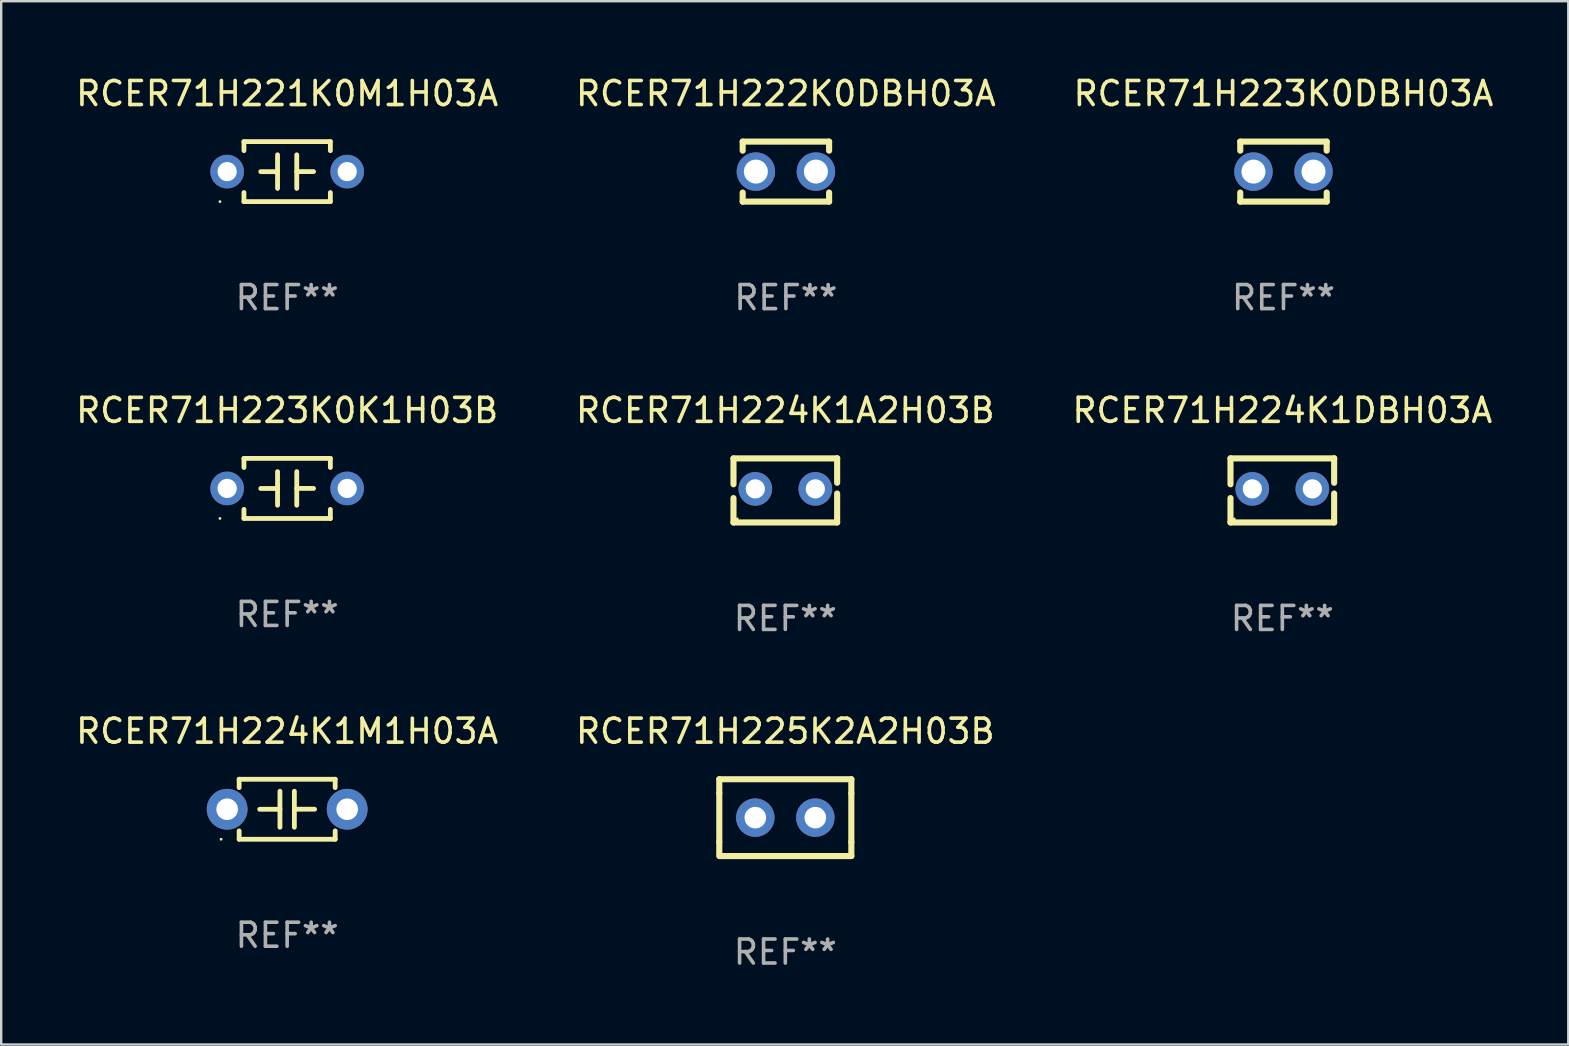
<source format=kicad_pcb>
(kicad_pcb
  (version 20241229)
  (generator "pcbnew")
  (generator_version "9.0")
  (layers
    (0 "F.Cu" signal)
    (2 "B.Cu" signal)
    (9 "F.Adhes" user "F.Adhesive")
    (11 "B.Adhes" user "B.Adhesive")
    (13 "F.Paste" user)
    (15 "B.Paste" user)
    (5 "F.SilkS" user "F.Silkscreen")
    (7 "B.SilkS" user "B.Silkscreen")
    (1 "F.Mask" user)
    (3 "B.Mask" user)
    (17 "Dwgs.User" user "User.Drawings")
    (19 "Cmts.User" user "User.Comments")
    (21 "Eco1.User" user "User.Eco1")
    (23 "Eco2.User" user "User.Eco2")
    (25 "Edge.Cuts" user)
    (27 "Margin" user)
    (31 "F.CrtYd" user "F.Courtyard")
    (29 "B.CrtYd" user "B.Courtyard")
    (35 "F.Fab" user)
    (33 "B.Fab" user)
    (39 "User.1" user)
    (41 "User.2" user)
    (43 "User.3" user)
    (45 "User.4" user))
  (footprint "RCER71H225K2A2H03B"
    (layer "F.Cu")
    (at 29.661 31.008)
    (property "Reference" "RCER71H225K2A2H03B" (at 0 -3.6 0) (layer "F.SilkS") (effects (font (size 1 1) (thickness 0.15))))
    (attr through_hole)
    (fp_line (start -2.75 -1.6) (end -2.75 -1.01) (stroke (width 0.254) (type solid)) (layer "F.SilkS"))
    (fp_line (start -2.75 -1.6) (end 2.75 -1.6) (stroke (width 0.254) (type solid)) (layer "F.SilkS"))
    (fp_line (start -2.75 -1.01) (end -2.75 1.01) (stroke (width 0.254) (type solid)) (layer "F.SilkS"))
    (fp_line (start -2.75 1.01) (end -2.75 1.524) (stroke (width 0.254) (type solid)) (layer "F.SilkS"))
    (fp_line (start -2.75 1.6) (end 2.75 1.6) (stroke (width 0.254) (type solid)) (layer "F.SilkS"))
    (fp_line (start 2.75 -1.6) (end 2.75 -1.01) (stroke (width 0.254) (type solid)) (layer "F.SilkS"))
    (fp_line (start 2.75 -1.01) (end 2.75 1.01) (stroke (width 0.254) (type solid)) (layer "F.SilkS"))
    (fp_line (start 2.75 1.01) (end 2.75 1.6) (stroke (width 0.254) (type solid)) (layer "F.SilkS"))
    (fp_circle (center -2.75 1.6) (end -2.72 1.6) (stroke (width 0.06) (type solid)) (fill no) (layer "F.SilkS"))
    (fp_text user "REF**" (at 0 5.6 0) (layer "F.Fab") (effects (font (size 1 1) (thickness 0.15))))
    (pad "1" thru_hole circle (at -1.25 0) (size 1.6 1.6) (drill 0.9) (layers "*.Cu" "*.Mask"))
    (pad "2" thru_hole circle (at 1.25 0) (size 1.6 1.6) (drill 0.9) (layers "*.Cu" "*.Mask")))
  (footprint "RCER71H223K0K1H03B"
    (layer "F.Cu")
    (at 8.911 17.295)
    (property "Reference" "RCER71H223K0K1H03B" (at 0 -3.25 0) (layer "F.SilkS") (effects (font (size 1 1) (thickness 0.15))))
    (attr through_hole)
    (fp_line (start -1.8 -1.25) (end -1.8 -0.872) (stroke (width 0.2) (type solid)) (layer "F.SilkS"))
    (fp_line (start -1.8 -1.25) (end 1.8 -1.25) (stroke (width 0.2) (type solid)) (layer "F.SilkS"))
    (fp_line (start -1.8 0.872) (end -1.8 1.25) (stroke (width 0.2) (type solid)) (layer "F.SilkS"))
    (fp_line (start -1.8 1.25) (end 1.8 1.25) (stroke (width 0.2) (type solid)) (layer "F.SilkS"))
    (fp_line (start -0.4 -0.7) (end -0.4 0.7) (stroke (width 0.2) (type solid)) (layer "F.SilkS"))
    (fp_line (start -0.4 0.002) (end -1.1 0.002) (stroke (width 0.2) (type solid)) (layer "F.SilkS"))
    (fp_line (start 0.4 -0.001) (end 1.1 -0.001) (stroke (width 0.2) (type solid)) (layer "F.SilkS"))
    (fp_line (start 0.4 0.7) (end 0.4 -0.7) (stroke (width 0.2) (type solid)) (layer "F.SilkS"))
    (fp_line (start 1.8 -1.25) (end 1.8 -0.872) (stroke (width 0.2) (type solid)) (layer "F.SilkS"))
    (fp_line (start 1.8 0.872) (end 1.8 1.25) (stroke (width 0.2) (type solid)) (layer "F.SilkS"))
    (fp_circle (center -2.8 1.25) (end -2.77 1.25) (stroke (width 0.06) (type solid)) (fill no) (layer "F.SilkS"))
    (fp_text user "REF**" (at 0 5.25 0) (layer "F.Fab") (effects (font (size 1 1) (thickness 0.15))))
    (pad "1" thru_hole circle (at -2.5 0) (size 1.4 1.4) (drill 0.8) (layers "*.Cu" "*.Mask"))
    (pad "2" thru_hole circle (at 2.5 0) (size 1.4 1.4) (drill 0.8) (layers "*.Cu" "*.Mask")))
  (footprint "RCER71H224K1A2H03B"
    (layer "F.Cu")
    (at 29.661 17.378)
    (property "Reference" "RCER71H224K1A2H03B" (at 0 -3.334 0) (layer "F.SilkS") (effects (font (size 1 1) (thickness 0.15))))
    (attr through_hole)
    (fp_line (start -2.159 -1.334) (end 2.159 -1.334) (stroke (width 0.254) (type solid)) (layer "F.SilkS"))
    (fp_line (start -2.159 -0.256) (end -2.159 -1.334) (stroke (width 0.254) (type solid)) (layer "F.SilkS"))
    (fp_line (start -2.159 1.334) (end -2.159 0.318) (stroke (width 0.254) (type solid)) (layer "F.SilkS"))
    (fp_line (start 2.159 -1.334) (end 2.159 -1.334) (stroke (width 0.254) (type solid)) (layer "F.SilkS"))
    (fp_line (start 2.159 -1.334) (end 2.159 -0.318) (stroke (width 0.254) (type solid)) (layer "F.SilkS"))
    (fp_line (start 2.159 0.129) (end 2.159 1.334) (stroke (width 0.254) (type solid)) (layer "F.SilkS"))
    (fp_line (start 2.159 1.334) (end -2.159 1.334) (stroke (width 0.254) (type solid)) (layer "F.SilkS"))
    (fp_circle (center -2 1.186) (end -1.97 1.186) (stroke (width 0.06) (type solid)) (fill no) (layer "F.SilkS"))
    (fp_text user "REF**" (at 0 5.334 0) (layer "F.Fab") (effects (font (size 1 1) (thickness 0.15))))
    (pad "1" thru_hole circle (at -1.25 -0.064) (size 1.4 1.4) (drill 0.8) (layers "*.Cu" "*.Mask"))
    (pad "2" thru_hole circle (at 1.25 -0.064) (size 1.4 1.4) (drill 0.8) (layers "*.Cu" "*.Mask")))
  (footprint "RCER71H223K0DBH03A"
    (layer "F.Cu")
    (at 50.411 4.098)
    (property "Reference" "RCER71H223K0DBH03A" (at 0 -3.25 0) (layer "F.SilkS") (effects (font (size 1 1) (thickness 0.15))))
    (attr through_hole)
    (fp_line (start -1.8 -1.25) (end -1.8 -0.872) (stroke (width 0.254) (type solid)) (layer "F.SilkS"))
    (fp_line (start -1.8 -1.25) (end 1.8 -1.25) (stroke (width 0.254) (type solid)) (layer "F.SilkS"))
    (fp_line (start -1.8 0.872) (end -1.8 1.25) (stroke (width 0.254) (type solid)) (layer "F.SilkS"))
    (fp_line (start -1.8 1.25) (end 1.8 1.25) (stroke (width 0.254) (type solid)) (layer "F.SilkS"))
    (fp_line (start 1.8 -1.25) (end 1.8 -0.872) (stroke (width 0.254) (type solid)) (layer "F.SilkS"))
    (fp_line (start 1.8 0.872) (end 1.8 1.25) (stroke (width 0.254) (type solid)) (layer "F.SilkS"))
    (fp_circle (center -1.8 1.25) (end -1.77 1.25) (stroke (width 0.06) (type solid)) (fill no) (layer "F.SilkS"))
    (fp_text user "REF**" (at 0 5.25 0) (layer "F.Fab") (effects (font (size 1 1) (thickness 0.15))))
    (pad "1" thru_hole circle (at -1.25 0) (size 1.6 1.6) (drill 1) (layers "*.Cu" "*.Mask"))
    (pad "2" thru_hole circle (at 1.25 0) (size 1.6 1.6) (drill 1) (layers "*.Cu" "*.Mask")))
  (footprint "RCER71H222K0DBH03A"
    (layer "F.Cu")
    (at 29.685 4.098)
    (property "Reference" "RCER71H222K0DBH03A" (at 0 -3.25 0) (layer "F.SilkS") (effects (font (size 1 1) (thickness 0.15))))
    (attr through_hole)
    (fp_line (start -1.8 -1.25) (end -1.8 -0.872) (stroke (width 0.254) (type solid)) (layer "F.SilkS"))
    (fp_line (start -1.8 -1.25) (end 1.8 -1.25) (stroke (width 0.254) (type solid)) (layer "F.SilkS"))
    (fp_line (start -1.8 0.872) (end -1.8 1.25) (stroke (width 0.254) (type solid)) (layer "F.SilkS"))
    (fp_line (start -1.8 1.25) (end 1.8 1.25) (stroke (width 0.254) (type solid)) (layer "F.SilkS"))
    (fp_line (start 1.8 -1.25) (end 1.8 -0.872) (stroke (width 0.254) (type solid)) (layer "F.SilkS"))
    (fp_line (start 1.8 0.872) (end 1.8 1.25) (stroke (width 0.254) (type solid)) (layer "F.SilkS"))
    (fp_circle (center -1.8 1.25) (end -1.77 1.25) (stroke (width 0.06) (type solid)) (fill no) (layer "F.SilkS"))
    (fp_text user "REF**" (at 0 5.25 0) (layer "F.Fab") (effects (font (size 1 1) (thickness 0.15))))
    (pad "1" thru_hole circle (at -1.25 0) (size 1.6 1.6) (drill 1) (layers "*.Cu" "*.Mask"))
    (pad "2" thru_hole circle (at 1.25 0) (size 1.6 1.6) (drill 1) (layers "*.Cu" "*.Mask")))
  (footprint "RCER71H221K0M1H03A"
    (layer "F.Cu")
    (at 8.911 4.098)
    (property "Reference" "RCER71H221K0M1H03A" (at 0 -3.25 0) (layer "F.SilkS") (effects (font (size 1 1) (thickness 0.15))))
    (attr through_hole)
    (fp_line (start -1.8 -1.25) (end -1.8 -0.872) (stroke (width 0.2) (type solid)) (layer "F.SilkS"))
    (fp_line (start -1.8 -1.25) (end 1.8 -1.25) (stroke (width 0.2) (type solid)) (layer "F.SilkS"))
    (fp_line (start -1.8 0.872) (end -1.8 1.25) (stroke (width 0.2) (type solid)) (layer "F.SilkS"))
    (fp_line (start -1.8 1.25) (end 1.8 1.25) (stroke (width 0.2) (type solid)) (layer "F.SilkS"))
    (fp_line (start -0.4 -0.7) (end -0.4 0.7) (stroke (width 0.2) (type solid)) (layer "F.SilkS"))
    (fp_line (start -0.4 0.002) (end -1.1 0.002) (stroke (width 0.2) (type solid)) (layer "F.SilkS"))
    (fp_line (start 0.4 -0.001) (end 1.1 -0.001) (stroke (width 0.2) (type solid)) (layer "F.SilkS"))
    (fp_line (start 0.4 0.7) (end 0.4 -0.7) (stroke (width 0.2) (type solid)) (layer "F.SilkS"))
    (fp_line (start 1.8 -1.25) (end 1.8 -0.872) (stroke (width 0.2) (type solid)) (layer "F.SilkS"))
    (fp_line (start 1.8 0.872) (end 1.8 1.25) (stroke (width 0.2) (type solid)) (layer "F.SilkS"))
    (fp_circle (center -2.8 1.25) (end -2.77 1.25) (stroke (width 0.06) (type solid)) (fill no) (layer "F.SilkS"))
    (fp_text user "REF**" (at 0 5.25 0) (layer "F.Fab") (effects (font (size 1 1) (thickness 0.15))))
    (pad "1" thru_hole circle (at -2.5 0) (size 1.4 1.4) (drill 0.8) (layers "*.Cu" "*.Mask"))
    (pad "2" thru_hole circle (at 2.5 0) (size 1.4 1.4) (drill 0.8) (layers "*.Cu" "*.Mask")))
  (footprint "RCER71H224K1M1H03A"
    (layer "F.Cu")
    (at 8.911 30.658)
    (property "Reference" "RCER71H224K1M1H03A" (at 0 -3.25 0) (layer "F.SilkS") (effects (font (size 1 1) (thickness 0.15))))
    (attr through_hole)
    (fp_line (start -2 -1.25) (end -2 -0.901) (stroke (width 0.2) (type solid)) (layer "F.SilkS"))
    (fp_line (start -2 -1.25) (end 2 -1.25) (stroke (width 0.2) (type solid)) (layer "F.SilkS"))
    (fp_line (start -2 0.901) (end -2 1.25) (stroke (width 0.2) (type solid)) (layer "F.SilkS"))
    (fp_line (start -0.3 -0.75) (end -0.3 0.75) (stroke (width 0.2) (type solid)) (layer "F.SilkS"))
    (fp_line (start -0.3 0.001) (end -1.143 0.001) (stroke (width 0.2) (type solid)) (layer "F.SilkS"))
    (fp_line (start 0.3 -0.001) (end 1.143 -0.001) (stroke (width 0.2) (type solid)) (layer "F.SilkS"))
    (fp_line (start 0.3 0.75) (end 0.3 -0.75) (stroke (width 0.2) (type solid)) (layer "F.SilkS"))
    (fp_line (start 2 -1.25) (end 2 -0.901) (stroke (width 0.2) (type solid)) (layer "F.SilkS"))
    (fp_line (start 2 0.901) (end 2 1.25) (stroke (width 0.2) (type solid)) (layer "F.SilkS"))
    (fp_line (start 2 1.25) (end -2 1.25) (stroke (width 0.2) (type solid)) (layer "F.SilkS"))
    (fp_circle (center -2.75 1.25) (end -2.72 1.25) (stroke (width 0.06) (type solid)) (fill no) (layer "F.SilkS"))
    (fp_text user "REF**" (at 0 5.25 0) (layer "F.Fab") (effects (font (size 1 1) (thickness 0.15))))
    (pad "1" thru_hole circle (at -2.5 0) (size 1.7 1.7) (drill 0.9) (layers "*.Cu" "*.Mask"))
    (pad "2" thru_hole circle (at 2.5 0) (size 1.7 1.7) (drill 0.9) (layers "*.Cu" "*.Mask")))
  (footprint "RCER71H224K1DBH03A"
    (layer "F.Cu")
    (at 50.363 17.378)
    (property "Reference" "RCER71H224K1DBH03A" (at 0 -3.334 0) (layer "F.SilkS") (effects (font (size 1 1) (thickness 0.15))))
    (attr through_hole)
    (fp_line (start -2.159 -1.334) (end 2.159 -1.334) (stroke (width 0.254) (type solid)) (layer "F.SilkS"))
    (fp_line (start -2.159 -0.256) (end -2.159 -1.334) (stroke (width 0.254) (type solid)) (layer "F.SilkS"))
    (fp_line (start -2.159 1.334) (end -2.159 0.318) (stroke (width 0.254) (type solid)) (layer "F.SilkS"))
    (fp_line (start 2.159 -1.334) (end 2.159 -1.334) (stroke (width 0.254) (type solid)) (layer "F.SilkS"))
    (fp_line (start 2.159 -1.334) (end 2.159 -0.318) (stroke (width 0.254) (type solid)) (layer "F.SilkS"))
    (fp_line (start 2.159 0.129) (end 2.159 1.334) (stroke (width 0.254) (type solid)) (layer "F.SilkS"))
    (fp_line (start 2.159 1.334) (end -2.159 1.334) (stroke (width 0.254) (type solid)) (layer "F.SilkS"))
    (fp_circle (center -2 1.186) (end -1.97 1.186) (stroke (width 0.06) (type solid)) (fill no) (layer "F.SilkS"))
    (fp_text user "REF**" (at 0 5.334 0) (layer "F.Fab") (effects (font (size 1 1) (thickness 0.15))))
    (pad "1" thru_hole circle (at -1.25 -0.064) (size 1.4 1.4) (drill 0.8) (layers "*.Cu" "*.Mask"))
    (pad "2" thru_hole circle (at 1.25 -0.064) (size 1.4 1.4) (drill 0.8) (layers "*.Cu" "*.Mask")))
  (gr_rect
    (start -3 -3)
    (end 62.274 40.457)
    (stroke (width 0.1) (type default))
    (fill no)
    (layer "Edge.Cuts")))
</source>
